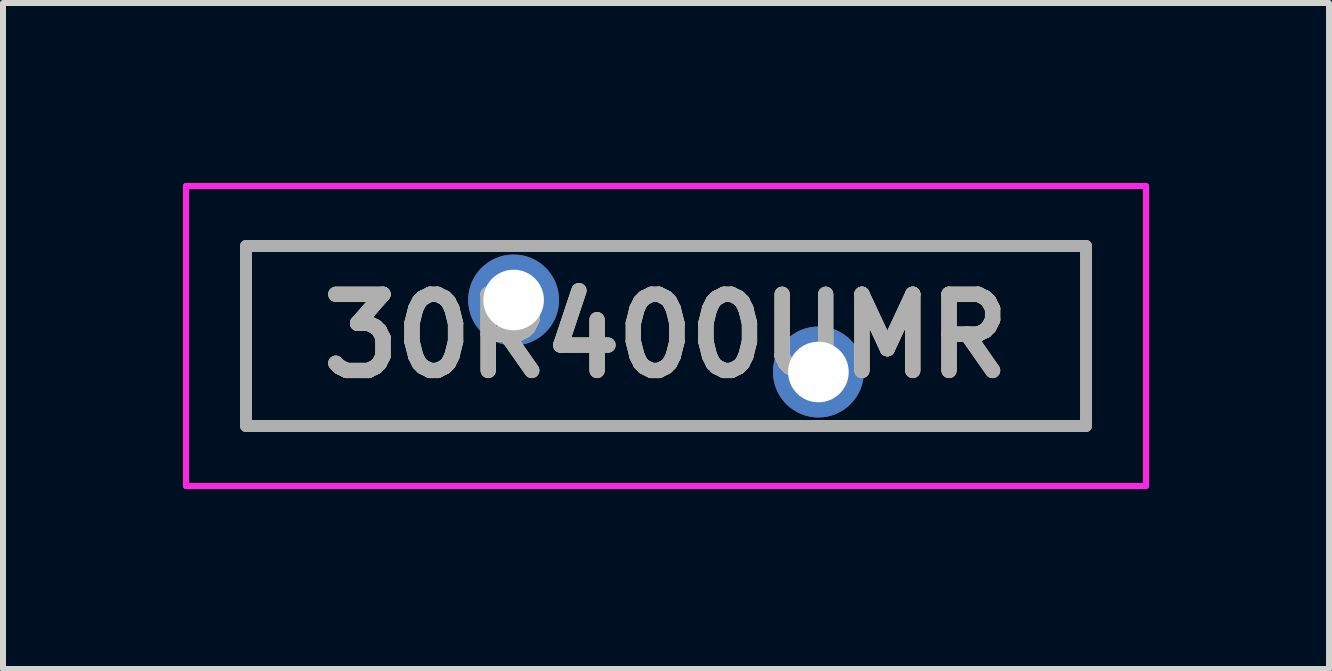
<source format=kicad_pcb>
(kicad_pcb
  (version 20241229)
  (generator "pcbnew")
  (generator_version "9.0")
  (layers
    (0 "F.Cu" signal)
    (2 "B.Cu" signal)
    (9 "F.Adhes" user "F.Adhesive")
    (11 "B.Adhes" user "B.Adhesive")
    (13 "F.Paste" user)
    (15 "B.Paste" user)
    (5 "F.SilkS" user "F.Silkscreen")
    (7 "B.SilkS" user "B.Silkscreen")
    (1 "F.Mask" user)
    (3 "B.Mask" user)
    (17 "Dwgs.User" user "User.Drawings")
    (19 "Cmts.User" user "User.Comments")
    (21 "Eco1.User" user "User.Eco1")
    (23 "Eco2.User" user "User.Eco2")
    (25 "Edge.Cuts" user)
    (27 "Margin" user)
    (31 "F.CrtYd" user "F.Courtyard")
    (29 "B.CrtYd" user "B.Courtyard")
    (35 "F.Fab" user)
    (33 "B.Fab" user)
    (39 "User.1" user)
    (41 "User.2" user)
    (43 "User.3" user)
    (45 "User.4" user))
  (footprint "30R400UMR"
    (layer "F.Cu")
    (at 5.51 1.95)
    (property "Reference" "30R400UMR" (at 2.54 0.6 0) (layer "F.SilkS") (effects (font (size 1.27 1.27) (thickness 0.254))))
    (attr through_hole)
    (fp_line (start -4.46 -0.9) (end 9.54 -0.9) (stroke (width 0.1) (type solid)) (layer "F.SilkS"))
    (fp_line (start -4.46 2.1) (end -4.46 -0.9) (stroke (width 0.1) (type solid)) (layer "F.SilkS"))
    (fp_line (start 9.54 -0.9) (end 9.54 2.1) (stroke (width 0.1) (type solid)) (layer "F.SilkS"))
    (fp_line (start 9.54 2.1) (end -4.46 2.1) (stroke (width 0.1) (type solid)) (layer "F.SilkS"))
    (fp_line (start -5.46 -1.9) (end 10.54 -1.9) (stroke (width 0.1) (type solid)) (layer "F.CrtYd"))
    (fp_line (start -5.46 3.1) (end -5.46 -1.9) (stroke (width 0.1) (type solid)) (layer "F.CrtYd"))
    (fp_line (start 10.54 -1.9) (end 10.54 3.1) (stroke (width 0.1) (type solid)) (layer "F.CrtYd"))
    (fp_line (start 10.54 3.1) (end -5.46 3.1) (stroke (width 0.1) (type solid)) (layer "F.CrtYd"))
    (fp_line (start -4.46 -0.9) (end 9.54 -0.9) (stroke (width 0.2) (type solid)) (layer "F.Fab"))
    (fp_line (start -4.46 2.1) (end -4.46 -0.9) (stroke (width 0.2) (type solid)) (layer "F.Fab"))
    (fp_line (start 9.54 -0.9) (end 9.54 2.1) (stroke (width 0.2) (type solid)) (layer "F.Fab"))
    (fp_line (start 9.54 2.1) (end -4.46 2.1) (stroke (width 0.2) (type solid)) (layer "F.Fab"))
    (fp_text user "${REFERENCE}" (at 2.54 0.6 0) (layer "F.Fab") (effects (font (size 1.27 1.27) (thickness 0.254))))
    (pad "1" thru_hole circle (at 0 0) (size 1.515 1.515) (drill 1.01) (layers "*.Cu" "*.Mask"))
    (pad "2" thru_hole circle (at 5.08 1.2) (size 1.515 1.515) (drill 1.01) (layers "*.Cu" "*.Mask")))
  (gr_rect
    (start -3 -3)
    (end 19.1 8.1)
    (stroke (width 0.1) (type default))
    (fill no)
    (layer "Edge.Cuts")))
</source>
